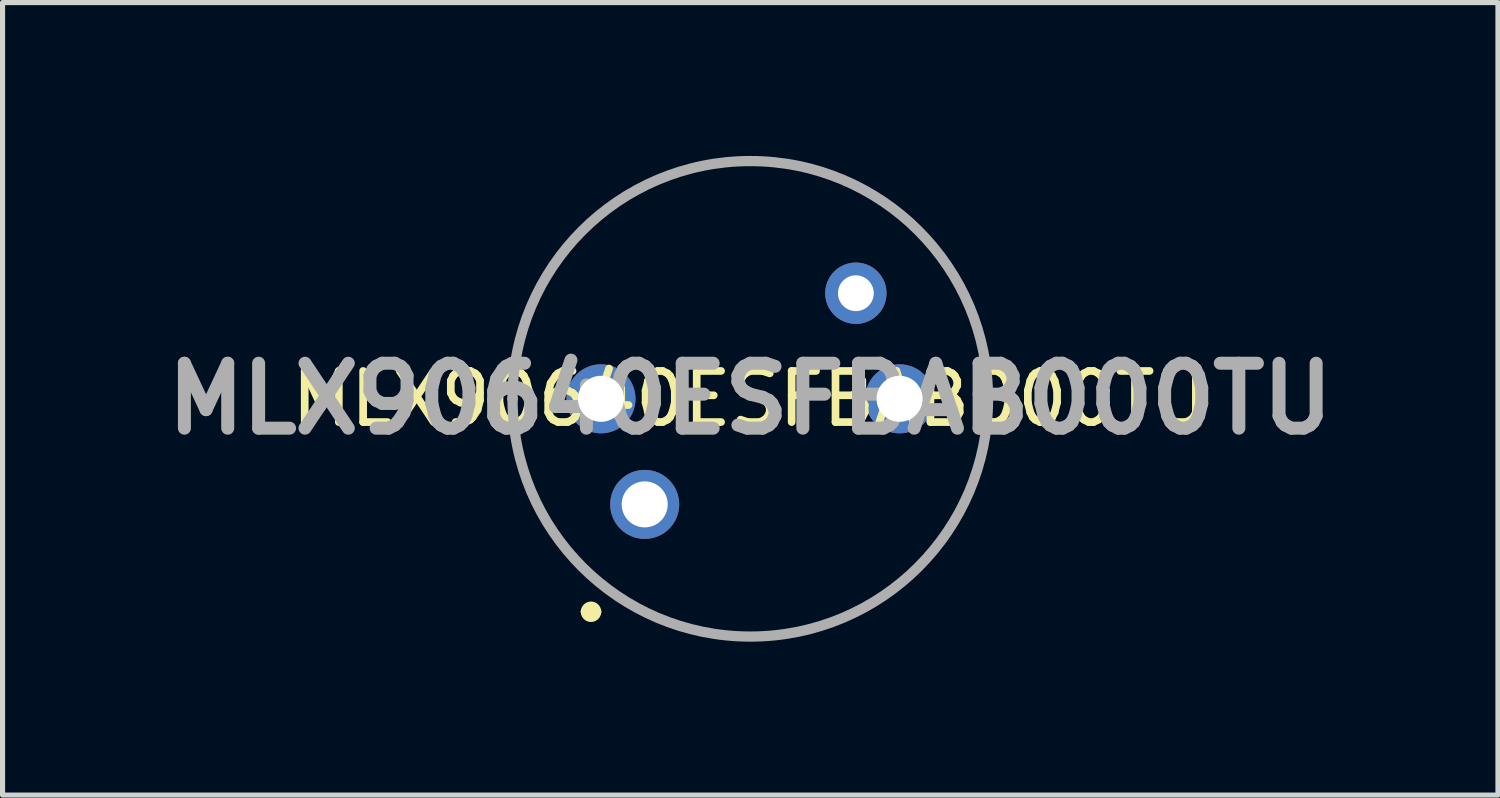
<source format=kicad_pcb>
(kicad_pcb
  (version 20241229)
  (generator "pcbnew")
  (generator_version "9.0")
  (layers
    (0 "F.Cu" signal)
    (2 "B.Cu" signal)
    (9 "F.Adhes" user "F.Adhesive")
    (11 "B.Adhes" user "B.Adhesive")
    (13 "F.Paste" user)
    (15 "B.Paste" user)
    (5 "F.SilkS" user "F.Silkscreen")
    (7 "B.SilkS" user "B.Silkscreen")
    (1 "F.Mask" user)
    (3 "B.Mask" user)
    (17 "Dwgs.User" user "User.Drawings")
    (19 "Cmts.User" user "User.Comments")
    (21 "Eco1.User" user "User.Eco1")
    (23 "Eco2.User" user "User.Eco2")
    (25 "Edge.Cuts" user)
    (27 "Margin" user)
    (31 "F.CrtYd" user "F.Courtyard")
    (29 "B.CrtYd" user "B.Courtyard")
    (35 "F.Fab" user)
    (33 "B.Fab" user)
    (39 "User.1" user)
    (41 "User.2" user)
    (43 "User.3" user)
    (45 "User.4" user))
  (footprint "MLX90640ESFBAB000TU"
    (layer "F.Cu")
    (at 9.559 6.815)
    (property "Reference" "MLX90640ESFBAB000TU" (at 2.065 -2.065 0) (layer "F.SilkS") (effects (font (size 1 1) (thickness 0.15) (bold yes))))
    (attr through_hole)
    (fp_line (start -2.585 -2.065) (end -2.585 -2.065) (stroke (width 0.1) (type solid)) (layer "F.SilkS"))
    (fp_line (start -1.15 2.1) (end -1.15 2.1) (stroke (width 0.2) (type solid)) (layer "F.SilkS"))
    (fp_line (start -0.95 2.1) (end -0.95 2.1) (stroke (width 0.2) (type solid)) (layer "F.SilkS"))
    (fp_line (start 6.715 -2.065) (end 6.715 -2.065) (stroke (width 0.1) (type solid)) (layer "F.SilkS"))
    (fp_arc (start -2.585 -2.065) (mid 2.065 -6.715) (end 6.715 -2.065) (stroke (width 0.1) (type solid)) (layer "F.SilkS"))
    (fp_arc (start -1.15 2.1) (mid -1.05 2) (end -0.95 2.1) (stroke (width 0.2) (type solid)) (layer "F.SilkS"))
    (fp_arc (start -0.95 2.1) (mid -1.05 2.2) (end -1.15 2.1) (stroke (width 0.2) (type solid)) (layer "F.SilkS"))
    (fp_arc (start 6.715 -2.065) (mid 2.065 2.585) (end -2.585 -2.065) (stroke (width 0.1) (type solid)) (layer "F.SilkS"))
    (fp_line (start -2.585 -2.065) (end -2.585 -2.065) (stroke (width 0.2) (type solid)) (layer "F.Fab"))
    (fp_line (start 6.715 -2.065) (end 6.715 -2.065) (stroke (width 0.2) (type solid)) (layer "F.Fab"))
    (fp_arc (start -2.585 -2.065) (mid 2.065 -6.715) (end 6.715 -2.065) (stroke (width 0.2) (type solid)) (layer "F.Fab"))
    (fp_arc (start 6.715 -2.065) (mid 2.065 2.585) (end -2.585 -2.065) (stroke (width 0.2) (type solid)) (layer "F.Fab"))
    (fp_text user "${REFERENCE}" (at 2.065 -2.065 0) (layer "F.Fab") (effects (font (size 1.27 1.27) (thickness 0.254))))
    (pad "1" thru_hole circle (at 0 0) (size 1.35 1.35) (drill 0.9) (layers "*.Cu" "*.Mask"))
    (pad "2" thru_hole circle (at 4.985 -2.065) (size 1.35 1.35) (drill 0.9) (layers "*.Cu" "*.Mask"))
    (pad "3" thru_hole circle (at 4.13 -4.13) (size 1.2 1.2) (drill 0.7) (layers "*.Cu" "*.Mask"))
    (pad "4" thru_hole circle (at -0.855 -2.065) (size 1.35 1.35) (drill 0.9) (layers "*.Cu" "*.Mask")))
  (gr_rect
    (start -3 -3)
    (end 26.247 12.5)
    (stroke (width 0.1) (type default))
    (fill no)
    (layer "Edge.Cuts")))
</source>
